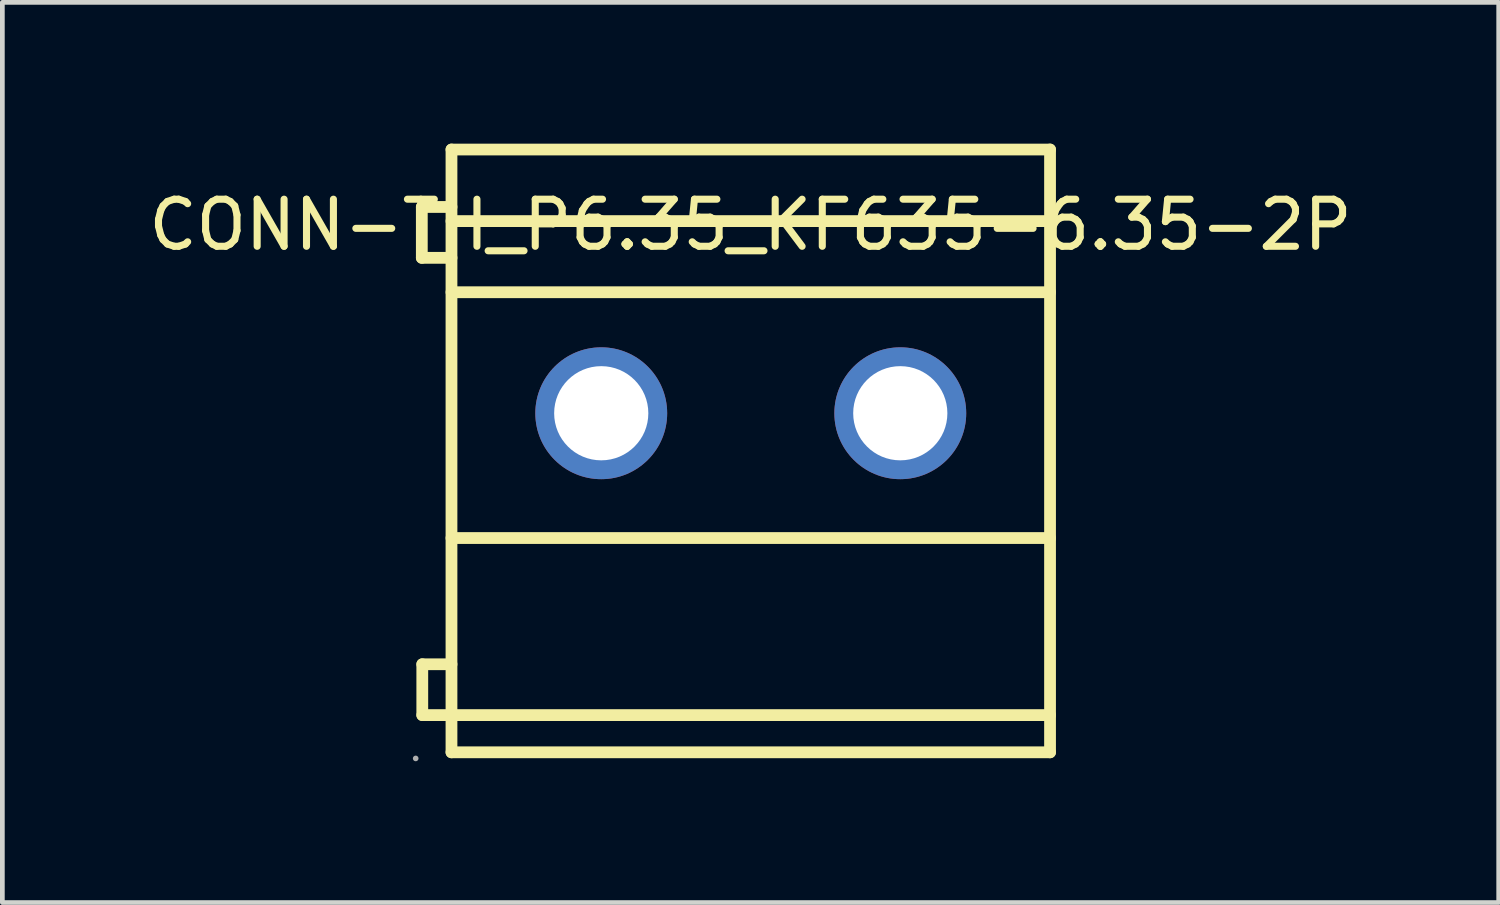
<source format=kicad_pcb>
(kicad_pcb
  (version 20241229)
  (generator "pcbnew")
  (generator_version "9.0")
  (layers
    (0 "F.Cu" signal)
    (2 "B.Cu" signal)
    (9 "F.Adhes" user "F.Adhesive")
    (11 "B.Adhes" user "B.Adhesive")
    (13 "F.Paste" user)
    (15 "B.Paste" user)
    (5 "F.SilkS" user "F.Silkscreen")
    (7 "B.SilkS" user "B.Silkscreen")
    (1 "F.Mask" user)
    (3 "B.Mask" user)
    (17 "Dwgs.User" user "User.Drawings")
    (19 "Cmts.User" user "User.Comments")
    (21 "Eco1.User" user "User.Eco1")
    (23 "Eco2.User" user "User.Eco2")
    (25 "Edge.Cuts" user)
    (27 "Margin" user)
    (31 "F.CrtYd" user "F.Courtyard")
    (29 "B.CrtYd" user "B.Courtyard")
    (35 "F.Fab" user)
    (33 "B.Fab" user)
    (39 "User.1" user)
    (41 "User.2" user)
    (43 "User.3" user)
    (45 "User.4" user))
  (footprint "CONN-TH_P6.35_KF635-6.35-2P"
    (layer "F.Cu")
    (at 12.887 5.725)
    (property "Reference" "CONN-TH_P6.35_KF635-6.35-2P" (at 0 -4 180) (layer "F.SilkS") (effects (font (size 1 1) (thickness 0.15))))
    (attr through_hole)
    (fp_line (start -6.98 -4.38) (end -6.98 -3.3) (stroke (width 0.25) (type solid)) (layer "F.SilkS"))
    (fp_line (start -6.98 -3.3) (end -6.35 -3.3) (stroke (width 0.25) (type solid)) (layer "F.SilkS"))
    (fp_line (start -6.97 5.33) (end -6.97 6.41) (stroke (width 0.25) (type solid)) (layer "F.SilkS"))
    (fp_line (start -6.97 6.41) (end -6.35 6.41) (stroke (width 0.25) (type solid)) (layer "F.SilkS"))
    (fp_line (start -6.35 -5.6) (end -6.35 7.2) (stroke (width 0.25) (type solid)) (layer "F.SilkS"))
    (fp_line (start -6.35 -5.6) (end 6.36 -5.6) (stroke (width 0.25) (type solid)) (layer "F.SilkS"))
    (fp_line (start -6.35 -4.38) (end -6.98 -4.38) (stroke (width 0.25) (type solid)) (layer "F.SilkS"))
    (fp_line (start -6.35 -4.08) (end 6.36 -4.08) (stroke (width 0.25) (type solid)) (layer "F.SilkS"))
    (fp_line (start -6.35 -2.57) (end 6.36 -2.57) (stroke (width 0.25) (type solid)) (layer "F.SilkS"))
    (fp_line (start -6.35 2.65) (end 6.36 2.65) (stroke (width 0.25) (type solid)) (layer "F.SilkS"))
    (fp_line (start -6.35 5.33) (end -6.97 5.33) (stroke (width 0.25) (type solid)) (layer "F.SilkS"))
    (fp_line (start -6.35 6.41) (end 6.36 6.41) (stroke (width 0.25) (type solid)) (layer "F.SilkS"))
    (fp_line (start -6.35 7.2) (end 6.36 7.2) (stroke (width 0.25) (type solid)) (layer "F.SilkS"))
    (fp_line (start 6.36 -5.6) (end 6.36 7.2) (stroke (width 0.25) (type solid)) (layer "F.SilkS"))
    (fp_circle (center -7.11 7.33) (end -7.08 7.33) (stroke (width 0.06) (type solid)) (fill no) (layer "F.Fab"))
    (fp_circle (center -3.17 0) (end -2.72 0) (stroke (width 0.9) (type solid)) (fill no) (layer "F.Fab"))
    (fp_circle (center 3.18 0) (end 3.63 0) (stroke (width 0.9) (type solid)) (fill no) (layer "F.Fab"))
    (pad "1" thru_hole circle (at -3.17 0) (size 2.8 2.8) (drill 2) (layers "*.Cu" "*.Mask"))
    (pad "2" thru_hole circle (at 3.18 0) (size 2.8 2.8) (drill 2) (layers "*.Cu" "*.Mask")))
  (gr_rect
    (start -3 -3)
    (end 28.774 16.115)
    (stroke (width 0.1) (type default))
    (fill no)
    (layer "Edge.Cuts")))
</source>
